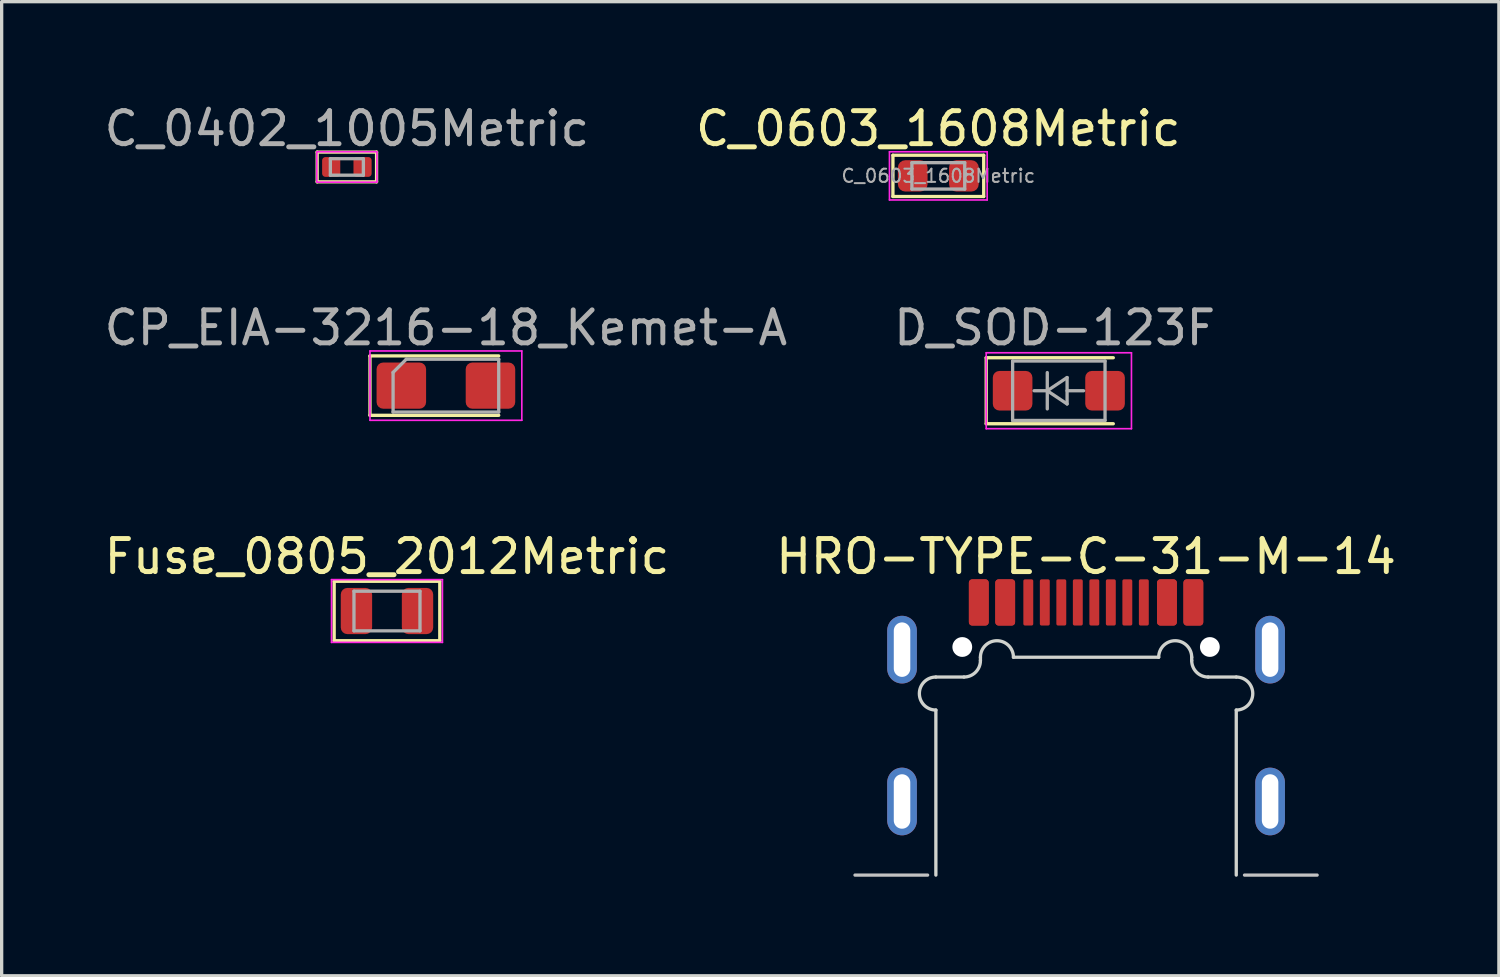
<source format=kicad_pcb>
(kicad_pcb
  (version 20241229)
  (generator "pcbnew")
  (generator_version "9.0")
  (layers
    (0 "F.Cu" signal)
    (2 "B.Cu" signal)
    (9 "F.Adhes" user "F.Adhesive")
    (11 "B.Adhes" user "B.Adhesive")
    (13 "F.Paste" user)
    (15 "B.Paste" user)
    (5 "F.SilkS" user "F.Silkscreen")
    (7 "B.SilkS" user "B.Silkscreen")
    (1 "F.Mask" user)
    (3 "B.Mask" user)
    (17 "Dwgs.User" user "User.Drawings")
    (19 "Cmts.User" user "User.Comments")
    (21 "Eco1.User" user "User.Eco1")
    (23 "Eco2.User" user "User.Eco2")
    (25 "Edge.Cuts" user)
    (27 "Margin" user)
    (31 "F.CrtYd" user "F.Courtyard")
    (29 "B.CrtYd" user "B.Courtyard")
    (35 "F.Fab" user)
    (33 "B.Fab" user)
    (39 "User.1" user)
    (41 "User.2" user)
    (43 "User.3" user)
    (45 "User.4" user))
  (footprint "HRO-TYPE-C-31-M-14"
    (layer "F.Cu")
    (at 29.851 19.81)
    (property "Reference" "HRO-TYPE-C-31-M-14" (at 0 -6 0) (layer "F.SilkS") (effects (font (size 1 1) (thickness 0.15))))
    (attr smd)
    (fp_line (start -4.8 3.65) (end -7 3.65) (stroke (width 0.1) (type solid)) (layer "Dwgs.User"))
    (fp_line (start 7 3.65) (end 4.8 3.65) (stroke (width 0.1) (type solid)) (layer "Dwgs.User"))
    (fp_line (start -4.55 -1.35) (end -4.55 3.65) (stroke (width 0.1) (type solid)) (layer "Edge.Cuts"))
    (fp_line (start -3.7 -2.35) (end -4.55 -2.35) (stroke (width 0.1) (type solid)) (layer "Edge.Cuts"))
    (fp_line (start -3.2 -2.85) (end -3.2 -2.95) (stroke (width 0.1) (type solid)) (layer "Edge.Cuts"))
    (fp_line (start -2.2 -2.95) (end 2.2 -2.95) (stroke (width 0.1) (type solid)) (layer "Edge.Cuts"))
    (fp_line (start 3.2 -2.95) (end 3.2 -2.85) (stroke (width 0.1) (type solid)) (layer "Edge.Cuts"))
    (fp_line (start 3.7 -2.35) (end 4.55 -2.35) (stroke (width 0.1) (type solid)) (layer "Edge.Cuts"))
    (fp_line (start 4.55 -1.35) (end 4.55 3.65) (stroke (width 0.1) (type solid)) (layer "Edge.Cuts"))
    (fp_arc (start -4.55 -1.35) (mid -5.05 -1.85) (end -4.55 -2.35) (stroke (width 0.1) (type solid)) (layer "Edge.Cuts"))
    (fp_arc (start -3.2 -2.95) (mid -2.7 -3.45) (end -2.2 -2.95) (stroke (width 0.1) (type solid)) (layer "Edge.Cuts"))
    (fp_arc (start -3.2 -2.85) (mid -3.346447 -2.496447) (end -3.7 -2.35) (stroke (width 0.1) (type solid)) (layer "Edge.Cuts"))
    (fp_arc (start 2.2 -2.95) (mid 2.7 -3.45) (end 3.2 -2.95) (stroke (width 0.1) (type solid)) (layer "Edge.Cuts"))
    (fp_arc (start 3.7 -2.35) (mid 3.346447 -2.496447) (end 3.2 -2.85) (stroke (width 0.1) (type solid)) (layer "Edge.Cuts"))
    (fp_arc (start 4.55 -2.35) (mid 5.05 -1.85) (end 4.55 -1.35) (stroke (width 0.1) (type solid)) (layer "Edge.Cuts"))
    (pad "" np_thru_hole circle (at -3.75 -3.26) (size 0.6 0.6) (drill 0.6) (layers "*.Cu" "*.Mask"))
    (pad "" np_thru_hole circle (at 3.75 -3.26) (size 0.6 0.6) (drill 0.6) (layers "*.Cu" "*.Mask"))
    (pad "A1" smd roundrect (at -3.25 -4.61) (size 0.6 1.4) (layers "F.Cu" "F.Mask" "F.Paste") (roundrect_rratio 0.167))
    (pad "A4" smd roundrect (at -2.45 -4.61) (size 0.6 1.4) (layers "F.Cu" "F.Mask" "F.Paste") (roundrect_rratio 0.167))
    (pad "A5" smd roundrect (at -1.25 -4.61) (size 0.3 1.4) (layers "F.Cu" "F.Mask" "F.Paste") (roundrect_rratio 0.167))
    (pad "A6" smd roundrect (at -0.25 -4.61) (size 0.3 1.4) (layers "F.Cu" "F.Mask" "F.Paste") (roundrect_rratio 0.167))
    (pad "A7" smd roundrect (at 0.25 -4.61) (size 0.3 1.4) (layers "F.Cu" "F.Mask" "F.Paste") (roundrect_rratio 0.167))
    (pad "A8" smd roundrect (at 1.25 -4.61) (size 0.3 1.4) (layers "F.Cu" "F.Mask" "F.Paste") (roundrect_rratio 0.167))
    (pad "A9" smd roundrect (at 2.45 -4.61) (size 0.6 1.4) (layers "F.Cu" "F.Mask" "F.Paste") (roundrect_rratio 0.167))
    (pad "A12" smd roundrect (at 3.25 -4.61) (size 0.6 1.4) (layers "F.Cu" "F.Mask" "F.Paste") (roundrect_rratio 0.167))
    (pad "B1" smd roundrect (at 3.25 -4.61) (size 0.6 1.4) (layers "F.Cu" "F.Mask" "F.Paste") (roundrect_rratio 0.167))
    (pad "B4" smd roundrect (at 2.45 -4.61) (size 0.6 1.4) (layers "F.Cu" "F.Mask" "F.Paste") (roundrect_rratio 0.167))
    (pad "B5" smd roundrect (at 1.75 -4.61) (size 0.3 1.4) (layers "F.Cu" "F.Mask" "F.Paste") (roundrect_rratio 0.167))
    (pad "B6" smd roundrect (at 0.75 -4.61) (size 0.3 1.4) (layers "F.Cu" "F.Mask" "F.Paste") (roundrect_rratio 0.167))
    (pad "B7" smd roundrect (at -0.75 -4.61) (size 0.3 1.4) (layers "F.Cu" "F.Mask" "F.Paste") (roundrect_rratio 0.167))
    (pad "B8" smd roundrect (at -1.75 -4.61) (size 0.3 1.4) (layers "F.Cu" "F.Mask" "F.Paste") (roundrect_rratio 0.167))
    (pad "B9" smd roundrect (at -2.45 -4.61) (size 0.6 1.4) (layers "F.Cu" "F.Mask" "F.Paste") (roundrect_rratio 0.167))
    (pad "B12" smd roundrect (at -3.25 -4.61) (size 0.6 1.4) (layers "F.Cu" "F.Mask" "F.Paste") (roundrect_rratio 0.167))
    (pad "S1" thru_hole oval (at -5.575 -3.18) (size 0.9 2.05) (drill oval 0.5 1.65) (layers "*.Cu" "*.Mask"))
    (pad "S1" thru_hole oval (at -5.575 1.42) (size 0.9 2.05) (drill oval 0.5 1.65) (layers "*.Cu" "*.Mask"))
    (pad "S1" thru_hole oval (at 5.575 -3.18) (size 0.9 2.05) (drill oval 0.5 1.65) (layers "*.Cu" "*.Mask"))
    (pad "S1" thru_hole oval (at 5.575 1.42) (size 0.9 2.05) (drill oval 0.5 1.65) (layers "*.Cu" "*.Mask")))
  (footprint "C_0603_1608Metric"
    (layer "F.Cu")
    (at 25.375 2.278)
    (property "Reference" "C_0603_1608Metric" (at 0 -1.43 0) (layer "F.SilkS") (effects (font (size 1 1) (thickness 0.15))))
    (attr smd)
    (fp_line (start -1.375 -0.625) (end 1.375 -0.625) (stroke (width 0.1) (type solid)) (layer "F.SilkS"))
    (fp_line (start -1.375 0.625) (end -1.375 -0.625) (stroke (width 0.1) (type solid)) (layer "F.SilkS"))
    (fp_line (start -1.375 0.625) (end 1.375 0.625) (stroke (width 0.1) (type solid)) (layer "F.SilkS"))
    (fp_line (start 1.375 -0.625) (end 1.375 0.625) (stroke (width 0.1) (type solid)) (layer "F.SilkS"))
    (fp_line (start -1.48 -0.73) (end 1.48 -0.73) (stroke (width 0.05) (type solid)) (layer "F.CrtYd"))
    (fp_line (start -1.48 0.73) (end -1.48 -0.73) (stroke (width 0.05) (type solid)) (layer "F.CrtYd"))
    (fp_line (start 1.48 -0.73) (end 1.48 0.73) (stroke (width 0.05) (type solid)) (layer "F.CrtYd"))
    (fp_line (start 1.48 0.73) (end -1.48 0.73) (stroke (width 0.05) (type solid)) (layer "F.CrtYd"))
    (fp_line (start -0.8 -0.4) (end 0.8 -0.4) (stroke (width 0.1) (type solid)) (layer "F.Fab"))
    (fp_line (start -0.8 0.4) (end -0.8 -0.4) (stroke (width 0.1) (type solid)) (layer "F.Fab"))
    (fp_line (start 0.8 -0.4) (end 0.8 0.4) (stroke (width 0.1) (type solid)) (layer "F.Fab"))
    (fp_line (start 0.8 0.4) (end -0.8 0.4) (stroke (width 0.1) (type solid)) (layer "F.Fab"))
    (fp_text user "${REFERENCE}" (at 0 0 0) (layer "F.Fab") (effects (font (size 0.4 0.4) (thickness 0.06))))
    (pad "1" smd roundrect (at -0.775 0) (size 0.9 0.95) (layers "F.Cu" "F.Mask" "F.Paste") (roundrect_rratio 0.25))
    (pad "2" smd roundrect (at 0.775 0) (size 0.9 0.95) (layers "F.Cu" "F.Mask" "F.Paste") (roundrect_rratio 0.25)))
  (footprint "CP_EIA-3216-18_Kemet-A"
    (layer "F.Cu")
    (at 10.458 8.632)
    (property "Reference" "CP_EIA-3216-18_Kemet-A" (at 0 -1.75 0) (layer "F.Fab") (effects (font (size 1 1) (thickness 0.15))))
    (attr smd)
    (fp_line (start -2.3 -0.9) (end -2.3 0.9) (stroke (width 0.1) (type solid)) (layer "F.SilkS"))
    (fp_line (start -2.3 0.9) (end 1.6 0.9) (stroke (width 0.1) (type solid)) (layer "F.SilkS"))
    (fp_line (start 1.6 -0.9) (end -2.3 -0.9) (stroke (width 0.1) (type solid)) (layer "F.SilkS"))
    (fp_line (start -2.3 -1.05) (end 2.3 -1.05) (stroke (width 0.05) (type solid)) (layer "F.CrtYd"))
    (fp_line (start -2.3 1.05) (end -2.3 -1.05) (stroke (width 0.05) (type solid)) (layer "F.CrtYd"))
    (fp_line (start 2.3 -1.05) (end 2.3 1.05) (stroke (width 0.05) (type solid)) (layer "F.CrtYd"))
    (fp_line (start 2.3 1.05) (end -2.3 1.05) (stroke (width 0.05) (type solid)) (layer "F.CrtYd"))
    (fp_line (start -1.6 -0.4) (end -1.6 0.8) (stroke (width 0.1) (type solid)) (layer "F.Fab"))
    (fp_line (start -1.6 0.8) (end 1.6 0.8) (stroke (width 0.1) (type solid)) (layer "F.Fab"))
    (fp_line (start -1.2 -0.8) (end -1.6 -0.4) (stroke (width 0.1) (type solid)) (layer "F.Fab"))
    (fp_line (start 1.6 -0.8) (end -1.2 -0.8) (stroke (width 0.1) (type solid)) (layer "F.Fab"))
    (fp_line (start 1.6 0.8) (end 1.6 -0.8) (stroke (width 0.1) (type solid)) (layer "F.Fab"))
    (pad "1" smd roundrect (at -1.35 0) (size 1.5 1.4) (layers "F.Cu" "F.Mask" "F.Paste") (roundrect_rratio 0.143))
    (pad "2" smd roundrect (at 1.35 0) (size 1.5 1.4) (layers "F.Cu" "F.Mask" "F.Paste") (roundrect_rratio 0.143)))
  (footprint "Fuse_0805_2012Metric"
    (layer "F.Cu")
    (at 8.673 15.46)
    (property "Reference" "Fuse_0805_2012Metric" (at 0 -1.65 0) (layer "F.SilkS") (effects (font (size 1 1) (thickness 0.15))))
    (attr smd)
    (fp_line (start -1.6 -0.9) (end -1.6 0.9) (stroke (width 0.1) (type solid)) (layer "F.SilkS"))
    (fp_line (start -1.6 -0.9) (end 1.6 -0.9) (stroke (width 0.1) (type solid)) (layer "F.SilkS"))
    (fp_line (start -1.6 0.9) (end 1.6 0.9) (stroke (width 0.1) (type solid)) (layer "F.SilkS"))
    (fp_line (start 1.6 -0.9) (end 1.6 0.9) (stroke (width 0.1) (type solid)) (layer "F.SilkS"))
    (fp_line (start -1.68 -0.95) (end 1.68 -0.95) (stroke (width 0.05) (type solid)) (layer "F.CrtYd"))
    (fp_line (start -1.68 0.95) (end -1.68 -0.95) (stroke (width 0.05) (type solid)) (layer "F.CrtYd"))
    (fp_line (start 1.68 -0.95) (end 1.68 0.95) (stroke (width 0.05) (type solid)) (layer "F.CrtYd"))
    (fp_line (start 1.68 0.95) (end -1.68 0.95) (stroke (width 0.05) (type solid)) (layer "F.CrtYd"))
    (fp_line (start -1 -0.6) (end 1 -0.6) (stroke (width 0.1) (type solid)) (layer "F.Fab"))
    (fp_line (start -1 0.6) (end -1 -0.6) (stroke (width 0.1) (type solid)) (layer "F.Fab"))
    (fp_line (start 1 -0.6) (end 1 0.6) (stroke (width 0.1) (type solid)) (layer "F.Fab"))
    (fp_line (start 1 0.6) (end -1 0.6) (stroke (width 0.1) (type solid)) (layer "F.Fab"))
    (pad "1" smd roundrect (at -0.925 0) (size 0.95 1.4) (layers "F.Cu" "F.Mask" "F.Paste") (roundrect_rratio 0.211))
    (pad "2" smd roundrect (at 0.925 0) (size 0.95 1.4) (layers "F.Cu" "F.Mask" "F.Paste") (roundrect_rratio 0.211)))
  (footprint "C_0402_1005Metric"
    (layer "F.Cu")
    (at 7.458 2.008)
    (property "Reference" "C_0402_1005Metric" (at 0 -1.16 0) (layer "F.Fab") (effects (font (size 1 1) (thickness 0.15))))
    (attr smd)
    (fp_line (start -0.9 -0.45) (end -0.9 0.45) (stroke (width 0.1) (type solid)) (layer "F.SilkS"))
    (fp_line (start -0.9 -0.45) (end 0.9 -0.45) (stroke (width 0.1) (type solid)) (layer "F.SilkS"))
    (fp_line (start -0.9 0.45) (end 0.9 0.45) (stroke (width 0.1) (type solid)) (layer "F.SilkS"))
    (fp_line (start 0.9 -0.45) (end 0.9 0.45) (stroke (width 0.1) (type solid)) (layer "F.SilkS"))
    (fp_line (start -0.91 -0.46) (end 0.91 -0.46) (stroke (width 0.05) (type solid)) (layer "F.CrtYd"))
    (fp_line (start -0.91 0.46) (end -0.91 -0.46) (stroke (width 0.05) (type solid)) (layer "F.CrtYd"))
    (fp_line (start 0.91 -0.46) (end 0.91 0.46) (stroke (width 0.05) (type solid)) (layer "F.CrtYd"))
    (fp_line (start 0.91 0.46) (end -0.91 0.46) (stroke (width 0.05) (type solid)) (layer "F.CrtYd"))
    (fp_line (start -0.5 -0.25) (end 0.5 -0.25) (stroke (width 0.1) (type solid)) (layer "F.Fab"))
    (fp_line (start -0.5 0.25) (end -0.5 -0.25) (stroke (width 0.1) (type solid)) (layer "F.Fab"))
    (fp_line (start 0.5 -0.25) (end 0.5 0.25) (stroke (width 0.1) (type solid)) (layer "F.Fab"))
    (fp_line (start 0.5 0.25) (end -0.5 0.25) (stroke (width 0.1) (type solid)) (layer "F.Fab"))
    (pad "1" smd roundrect (at -0.475 0) (size 0.55 0.6) (layers "F.Cu" "F.Mask" "F.Paste") (roundrect_rratio 0.182))
    (pad "2" smd roundrect (at 0.475 0) (size 0.55 0.6) (layers "F.Cu" "F.Mask" "F.Paste") (roundrect_rratio 0.182)))
  (footprint "D_SOD-123F"
    (layer "F.Cu")
    (at 29.026 8.787)
    (property "Reference" "D_SOD-123F" (at -0.127 -1.905 0) (layer "F.Fab") (effects (font (size 1 1) (thickness 0.15))))
    (attr smd)
    (fp_line (start -2.2 -1) (end -2.2 1) (stroke (width 0.1) (type solid)) (layer "F.SilkS"))
    (fp_line (start -2.2 -1) (end 1.65 -1) (stroke (width 0.1) (type solid)) (layer "F.SilkS"))
    (fp_line (start -2.2 1) (end 1.65 1) (stroke (width 0.1) (type solid)) (layer "F.SilkS"))
    (fp_line (start -2.2 -1.15) (end -2.2 1.15) (stroke (width 0.05) (type solid)) (layer "F.CrtYd"))
    (fp_line (start -2.2 -1.15) (end 2.2 -1.15) (stroke (width 0.05) (type solid)) (layer "F.CrtYd"))
    (fp_line (start 2.2 -1.15) (end 2.2 1.15) (stroke (width 0.05) (type solid)) (layer "F.CrtYd"))
    (fp_line (start 2.2 1.15) (end -2.2 1.15) (stroke (width 0.05) (type solid)) (layer "F.CrtYd"))
    (fp_line (start -1.4 -0.9) (end 1.4 -0.9) (stroke (width 0.1) (type solid)) (layer "F.Fab"))
    (fp_line (start -1.4 0.9) (end -1.4 -0.9) (stroke (width 0.1) (type solid)) (layer "F.Fab"))
    (fp_line (start -0.75 0) (end -0.35 0) (stroke (width 0.1) (type solid)) (layer "F.Fab"))
    (fp_line (start -0.35 0) (end -0.35 -0.55) (stroke (width 0.1) (type solid)) (layer "F.Fab"))
    (fp_line (start -0.35 0) (end -0.35 0.55) (stroke (width 0.1) (type solid)) (layer "F.Fab"))
    (fp_line (start -0.35 0) (end 0.25 -0.4) (stroke (width 0.1) (type solid)) (layer "F.Fab"))
    (fp_line (start 0.25 -0.4) (end 0.25 0.4) (stroke (width 0.1) (type solid)) (layer "F.Fab"))
    (fp_line (start 0.25 0) (end 0.75 0) (stroke (width 0.1) (type solid)) (layer "F.Fab"))
    (fp_line (start 0.25 0.4) (end -0.35 0) (stroke (width 0.1) (type solid)) (layer "F.Fab"))
    (fp_line (start 1.4 -0.9) (end 1.4 0.9) (stroke (width 0.1) (type solid)) (layer "F.Fab"))
    (fp_line (start 1.4 0.9) (end -1.4 0.9) (stroke (width 0.1) (type solid)) (layer "F.Fab"))
    (pad "1" smd roundrect (at -1.4 0) (size 1.2 1.2) (layers "F.Cu" "F.Mask" "F.Paste") (roundrect_rratio 0.167))
    (pad "2" smd roundrect (at 1.4 0) (size 1.2 1.2) (layers "F.Cu" "F.Mask" "F.Paste") (roundrect_rratio 0.167)))
  (gr_rect
    (start -3 -3)
    (end 42.357 26.51)
    (stroke (width 0.1) (type default))
    (fill no)
    (layer "Edge.Cuts")))
</source>
